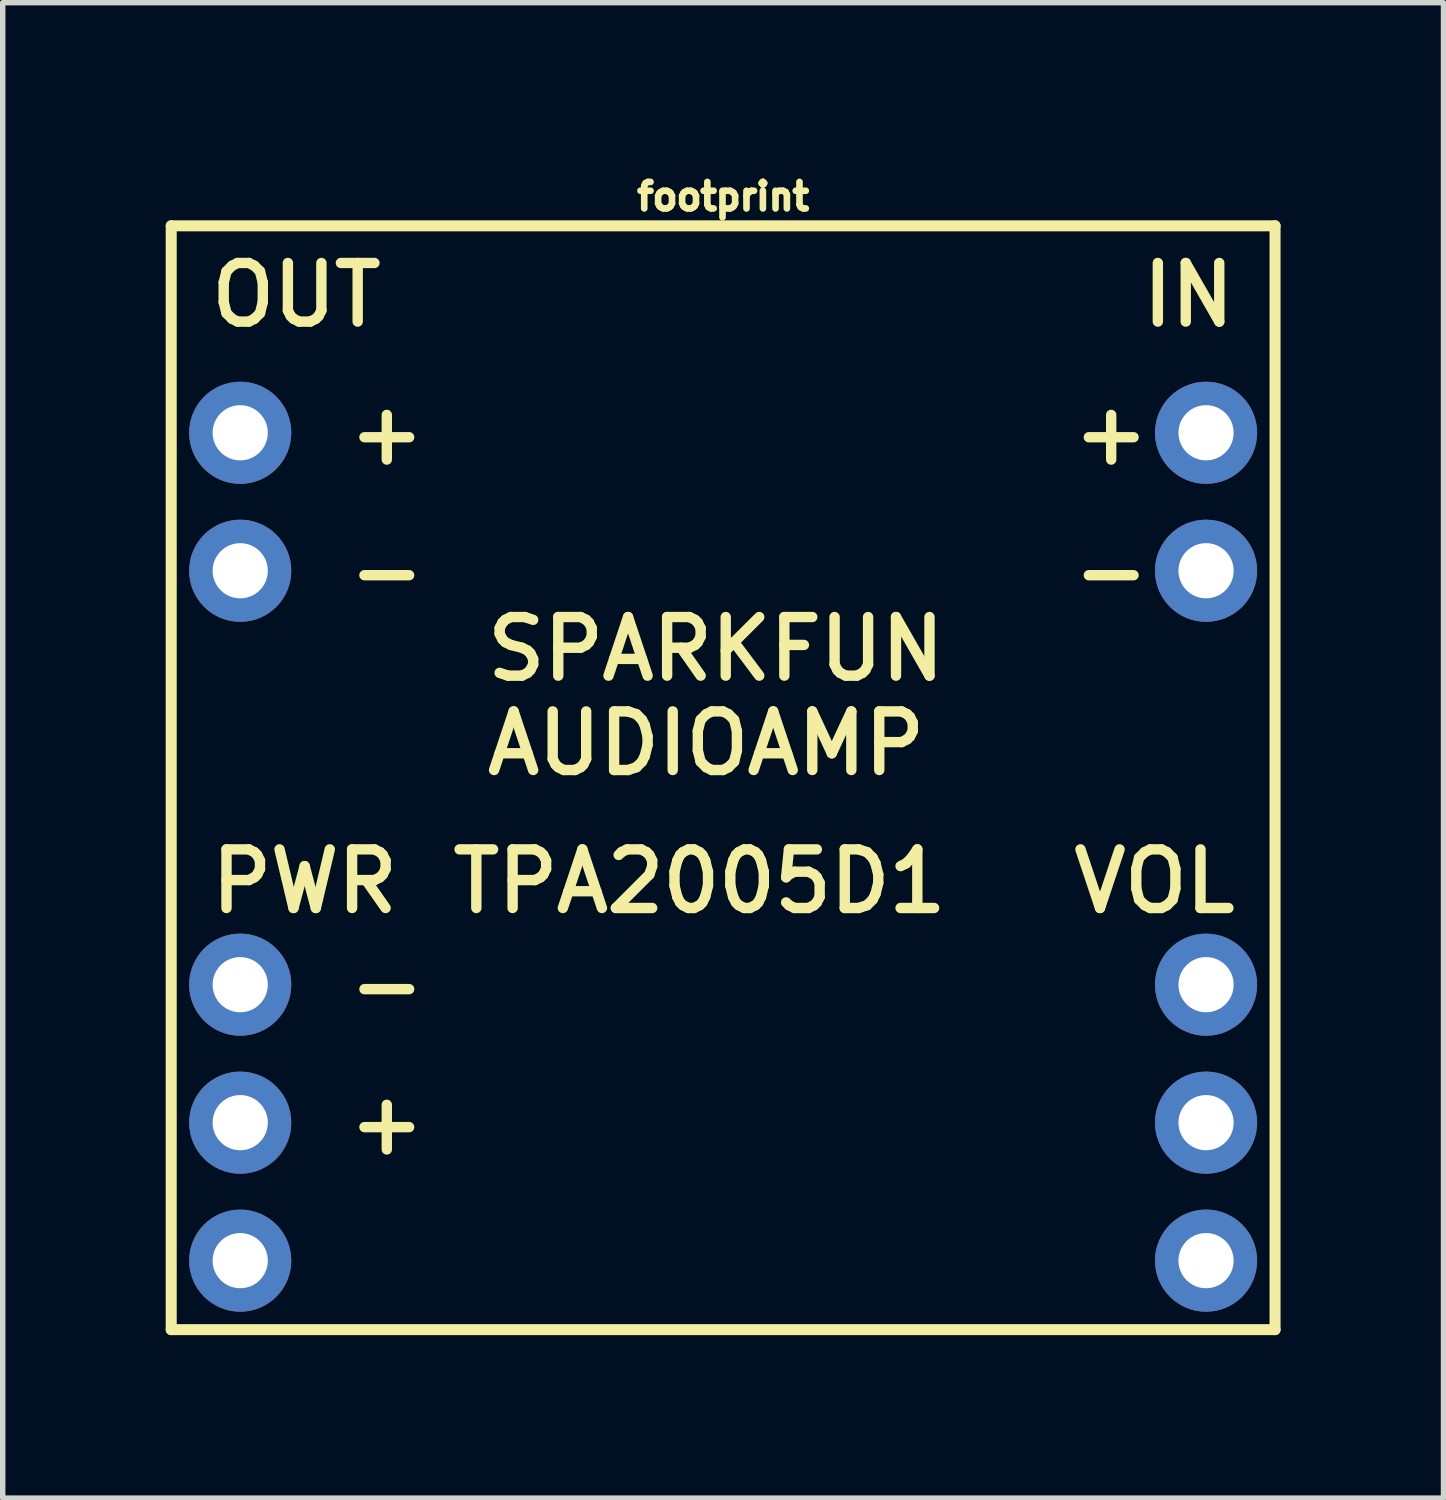
<source format=kicad_pcb>
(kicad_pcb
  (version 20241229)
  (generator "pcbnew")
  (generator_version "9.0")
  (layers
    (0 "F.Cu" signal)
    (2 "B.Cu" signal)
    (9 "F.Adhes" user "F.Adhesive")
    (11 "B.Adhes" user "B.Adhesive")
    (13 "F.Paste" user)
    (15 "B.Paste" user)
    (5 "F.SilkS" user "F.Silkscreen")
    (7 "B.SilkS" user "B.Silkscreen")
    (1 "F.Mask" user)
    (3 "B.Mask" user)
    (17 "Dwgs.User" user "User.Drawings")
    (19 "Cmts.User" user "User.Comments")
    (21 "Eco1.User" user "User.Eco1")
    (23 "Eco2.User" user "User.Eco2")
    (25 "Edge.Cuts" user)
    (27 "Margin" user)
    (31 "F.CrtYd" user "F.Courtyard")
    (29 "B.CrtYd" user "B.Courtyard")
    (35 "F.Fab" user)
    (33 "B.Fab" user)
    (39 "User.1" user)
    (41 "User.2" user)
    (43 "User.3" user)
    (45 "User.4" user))
  (footprint "footprint"
    (layer "F.Cu")
    (at 10.262 11.267)
    (property "Reference" "footprint" (at 0 -10.414 0) (layer "F.SilkS") (effects (font (size 0.488 0.488) (thickness 0.122)) (justify bottom)))
    (fp_line (start -10.16 -10.16) (end 10.16 -10.16) (stroke (width 0.203) (type solid)) (layer "F.SilkS"))
    (fp_line (start -10.16 10.16) (end -10.16 -10.16) (stroke (width 0.203) (type solid)) (layer "F.SilkS"))
    (fp_line (start 10.16 -10.16) (end 10.16 10.16) (stroke (width 0.203) (type solid)) (layer "F.SilkS"))
    (fp_line (start 10.16 10.16) (end -10.16 10.16) (stroke (width 0.203) (type solid)) (layer "F.SilkS"))
    (fp_text user "VOL" (at 6.35 2.54 0) (layer "F.SilkS") (effects (font (size 1.079 1.079) (thickness 0.191)) (justify left bottom)))
    (fp_text user "-" (at 6.35 -3.175 0) (layer "F.SilkS") (effects (font (size 1.079 1.079) (thickness 0.191)) (justify left bottom)))
    (fp_text user "+" (at 6.35 -5.715 0) (layer "F.SilkS") (effects (font (size 1.079 1.079) (thickness 0.191)) (justify left bottom)))
    (fp_text user "OUT" (at -9.525 -8.255 0) (layer "F.SilkS") (effects (font (size 1.079 1.079) (thickness 0.191)) (justify left bottom)))
    (fp_text user "PWR" (at -9.525 2.54 0) (layer "F.SilkS") (effects (font (size 1.079 1.079) (thickness 0.191)) (justify left bottom)))
    (fp_text user "+" (at -6.985 -5.715 0) (layer "F.SilkS") (effects (font (size 1.079 1.079) (thickness 0.191)) (justify left bottom)))
    (fp_text user "-" (at -6.985 -3.175 0) (layer "F.SilkS") (effects (font (size 1.079 1.079) (thickness 0.191)) (justify left bottom)))
    (fp_text user "-" (at -6.985 4.445 0) (layer "F.SilkS") (effects (font (size 1.079 1.079) (thickness 0.191)) (justify left bottom)))
    (fp_text user "IN" (at 7.62 -8.255 0) (layer "F.SilkS") (effects (font (size 1.079 1.079) (thickness 0.191)) (justify left bottom)))
    (fp_text user "TPA2005D1" (at -5.08 2.54 0) (layer "F.SilkS") (effects (font (size 1.079 1.079) (thickness 0.191)) (justify left bottom)))
    (fp_text user "SPARKFUN\nAUDIOAMP" (at -4.445 0 0) (layer "F.SilkS") (effects (font (size 1.079 1.079) (thickness 0.191)) (justify left bottom)))
    (fp_text user "+" (at -6.985 6.985 0) (layer "F.SilkS") (effects (font (size 1.079 1.079) (thickness 0.191)) (justify left bottom)))
    (pad "IN+" thru_hole circle (at 8.89 -6.35) (size 1.88 1.88) (drill 1.016) (layers "*.Cu" "*.Mask"))
    (pad "IN-" thru_hole circle (at 8.89 -3.81) (size 1.88 1.88) (drill 1.016) (layers "*.Cu" "*.Mask"))
    (pad "OUT+" thru_hole circle (at -8.89 -6.35) (size 1.88 1.88) (drill 1.016) (layers "*.Cu" "*.Mask"))
    (pad "OUT-" thru_hole circle (at -8.89 -3.81) (size 1.88 1.88) (drill 1.016) (layers "*.Cu" "*.Mask"))
    (pad "PWR+" thru_hole circle (at -8.89 6.35) (size 1.88 1.88) (drill 1.016) (layers "*.Cu" "*.Mask"))
    (pad "PWR-" thru_hole circle (at -8.89 3.81) (size 1.88 1.88) (drill 1.016) (layers "*.Cu" "*.Mask"))
    (pad "S" thru_hole circle (at -8.89 8.89) (size 1.88 1.88) (drill 1.016) (layers "*.Cu" "*.Mask"))
    (pad "VOL" thru_hole circle (at 8.89 6.35) (size 1.88 1.88) (drill 1.016) (layers "*.Cu" "*.Mask"))
    (pad "VOL+" thru_hole circle (at 8.89 8.89) (size 1.88 1.88) (drill 1.016) (layers "*.Cu" "*.Mask"))
    (pad "VOL-" thru_hole circle (at 8.89 3.81) (size 1.88 1.88) (drill 1.016) (layers "*.Cu" "*.Mask")))
  (gr_rect
    (start -3 -3)
    (end 23.523 24.529)
    (stroke (width 0.1) (type default))
    (fill no)
    (layer "Edge.Cuts")))
</source>
